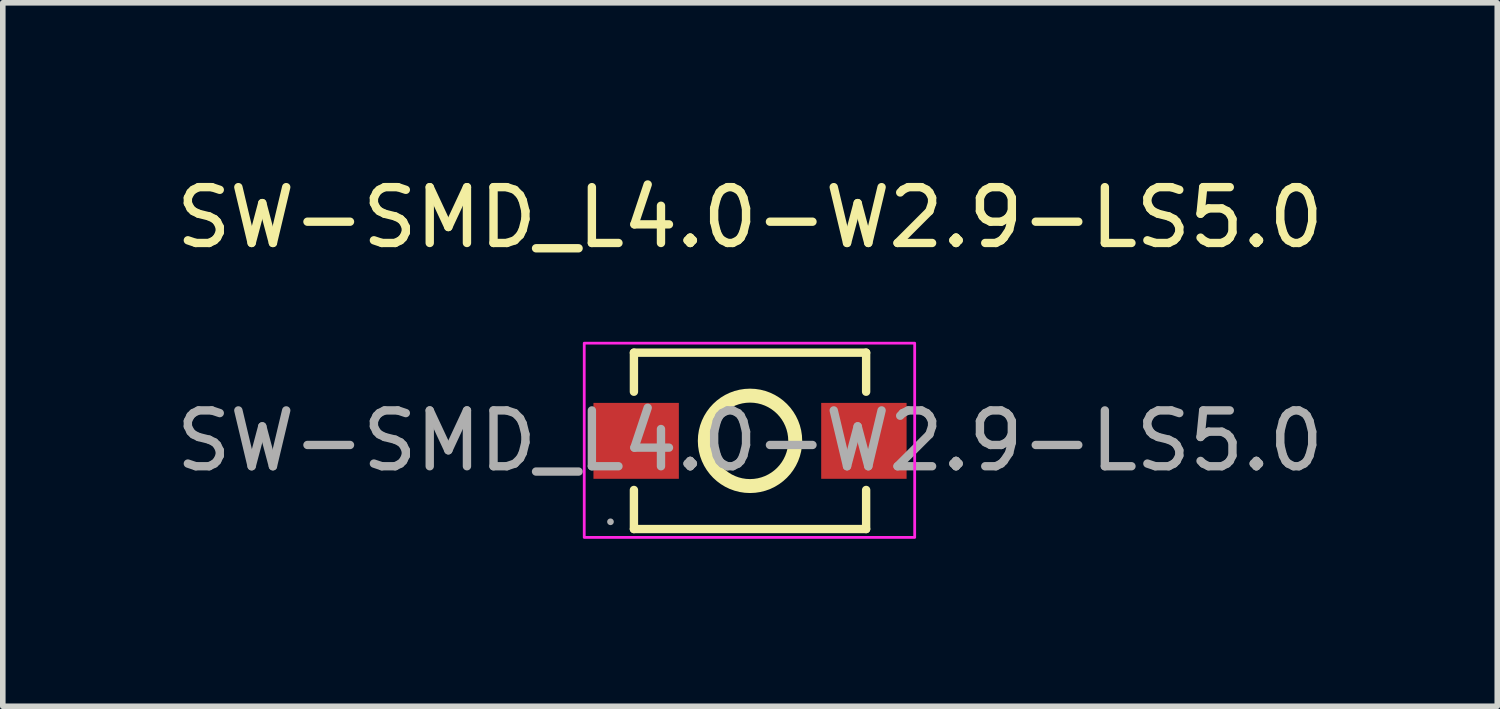
<source format=kicad_pcb>
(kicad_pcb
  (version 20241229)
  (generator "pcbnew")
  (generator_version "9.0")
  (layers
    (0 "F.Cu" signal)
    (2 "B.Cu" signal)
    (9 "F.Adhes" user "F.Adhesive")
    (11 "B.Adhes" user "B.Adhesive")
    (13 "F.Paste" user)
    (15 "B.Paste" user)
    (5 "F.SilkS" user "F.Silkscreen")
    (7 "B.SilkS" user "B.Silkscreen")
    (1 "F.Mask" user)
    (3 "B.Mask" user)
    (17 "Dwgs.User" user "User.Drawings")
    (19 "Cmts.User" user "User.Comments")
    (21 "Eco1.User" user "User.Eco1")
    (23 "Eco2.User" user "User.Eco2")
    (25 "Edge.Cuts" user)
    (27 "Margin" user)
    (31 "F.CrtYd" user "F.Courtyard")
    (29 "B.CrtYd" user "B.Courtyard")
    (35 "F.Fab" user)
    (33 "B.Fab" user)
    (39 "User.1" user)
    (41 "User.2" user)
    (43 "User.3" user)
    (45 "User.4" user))
  (footprint "SW-SMD_L4.0-W2.9-LS5.0"
    (layer "F.Cu")
    (at 10.387 4.848)
    (property "Reference" "SW-SMD_L4.0-W2.9-LS5.0" (at 0 -4 0) (layer "F.SilkS") (effects (font (size 1 1) (thickness 0.15))))
    (attr smd)
    (fp_line (start -2.08 -1.58) (end -2.08 -0.88) (stroke (width 0.15) (type solid)) (layer "F.SilkS"))
    (fp_line (start -2.08 1.58) (end -2.08 0.88) (stroke (width 0.15) (type solid)) (layer "F.SilkS"))
    (fp_line (start 2.08 -1.58) (end -2.08 -1.58) (stroke (width 0.15) (type solid)) (layer "F.SilkS"))
    (fp_line (start 2.08 -1.58) (end 2.08 -0.88) (stroke (width 0.15) (type solid)) (layer "F.SilkS"))
    (fp_line (start 2.08 1.58) (end -2.08 1.58) (stroke (width 0.15) (type solid)) (layer "F.SilkS"))
    (fp_line (start 2.08 1.58) (end 2.08 0.88) (stroke (width 0.15) (type solid)) (layer "F.SilkS"))
    (fp_circle (center 0 0) (end 0.81 0) (stroke (width 0.25) (type solid)) (fill no) (layer "F.SilkS"))
    (fp_rect (start -2.97 -1.75) (end 2.95 1.73) (stroke (width 0.05) (type default)) (fill no) (layer "F.CrtYd"))
    (fp_circle (center -2.5 1.45) (end -2.47 1.45) (stroke (width 0.06) (type solid)) (fill no) (layer "F.Fab"))
    (fp_text user "${REFERENCE}" (at 0 0 0) (layer "F.Fab") (effects (font (size 1 1) (thickness 0.15))))
    (pad "1" smd rect (at -2.04 0) (size 1.53 1.36) (layers "F.Cu" "F.Mask" "F.Paste"))
    (pad "2" smd rect (at 2.04 0) (size 1.53 1.36) (layers "F.Cu" "F.Mask" "F.Paste")))
  (gr_rect
    (start -3 -3)
    (end 23.774 9.603)
    (stroke (width 0.1) (type default))
    (fill no)
    (layer "Edge.Cuts")))
</source>
